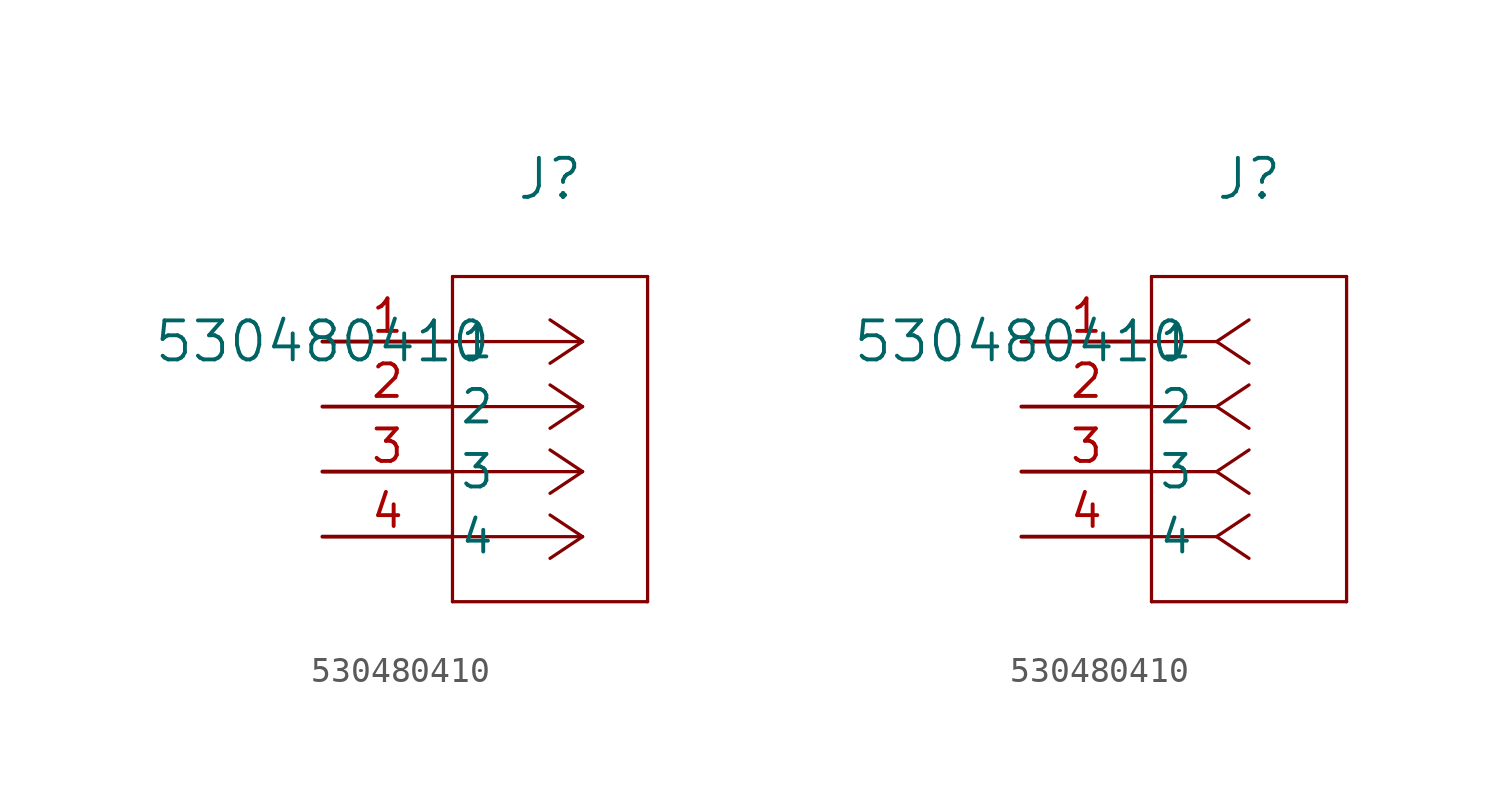
<source format=kicad_sym>
(kicad_symbol_lib
  (version 20241209)
  (generator "kicad_symbol_editor")
  (generator_version "9.0")
  (symbol "530480410"
    (pin_names
      (offset 0.254))
    (property "Reference" "J"
      (at 8.89 6.35 0)
      (effects (font (size 1.524 1.524))))
    (property "Value" "530480410"
      (at 0 0 0)
      (effects (font (size 1.524 1.524))))
    (property "ki_locked" ""
      (at 0 0 0)
      (effects (font (size 1.27 1.27))))
    (symbol "530480410_1_1"
      (polyline (pts (xy 5.08 2.54) (xy 5.08 -10.16)) (stroke (width 0.127) (type default)) (fill (type none)))
      (polyline (pts (xy 5.08 -10.16) (xy 12.7 -10.16)) (stroke (width 0.127) (type default)) (fill (type none)))
      (polyline (pts (xy 10.16 0) (xy 5.08 0)) (stroke (width 0.127) (type default)) (fill (type none)))
      (polyline (pts (xy 10.16 0) (xy 8.89 0.847)) (stroke (width 0.127) (type default)) (fill (type none)))
      (polyline (pts (xy 10.16 0) (xy 8.89 -0.847)) (stroke (width 0.127) (type default)) (fill (type none)))
      (polyline (pts (xy 10.16 -2.54) (xy 5.08 -2.54)) (stroke (width 0.127) (type default)) (fill (type none)))
      (polyline (pts (xy 10.16 -2.54) (xy 8.89 -1.693)) (stroke (width 0.127) (type default)) (fill (type none)))
      (polyline (pts (xy 10.16 -2.54) (xy 8.89 -3.387)) (stroke (width 0.127) (type default)) (fill (type none)))
      (polyline (pts (xy 10.16 -5.08) (xy 5.08 -5.08)) (stroke (width 0.127) (type default)) (fill (type none)))
      (polyline (pts (xy 10.16 -5.08) (xy 8.89 -4.233)) (stroke (width 0.127) (type default)) (fill (type none)))
      (polyline (pts (xy 10.16 -5.08) (xy 8.89 -5.927)) (stroke (width 0.127) (type default)) (fill (type none)))
      (polyline (pts (xy 10.16 -7.62) (xy 5.08 -7.62)) (stroke (width 0.127) (type default)) (fill (type none)))
      (polyline (pts (xy 10.16 -7.62) (xy 8.89 -6.773)) (stroke (width 0.127) (type default)) (fill (type none)))
      (polyline (pts (xy 10.16 -7.62) (xy 8.89 -8.467)) (stroke (width 0.127) (type default)) (fill (type none)))
      (polyline (pts (xy 12.7 2.54) (xy 5.08 2.54)) (stroke (width 0.127) (type default)) (fill (type none)))
      (polyline (pts (xy 12.7 -10.16) (xy 12.7 2.54)) (stroke (width 0.127) (type default)) (fill (type none)))
      (pin power_in line (at 0 0 0) (length 5.08) (name "1" (effects (font (size 1.27 1.27)))) (number "1" (effects (font (size 1.27 1.27)))))
      (pin bidirectional line (at 0 -2.54 0) (length 5.08) (name "2" (effects (font (size 1.27 1.27)))) (number "2" (effects (font (size 1.27 1.27)))))
      (pin bidirectional line (at 0 -5.08 0) (length 5.08) (name "3" (effects (font (size 1.27 1.27)))) (number "3" (effects (font (size 1.27 1.27)))))
      (pin bidirectional line (at 0 -7.62 0) (length 5.08) (name "4" (effects (font (size 1.27 1.27)))) (number "4" (effects (font (size 1.27 1.27))))))
    (symbol "530480410_1_2"
      (polyline (pts (xy 5.08 2.54) (xy 5.08 -10.16)) (stroke (width 0.127) (type default)) (fill (type none)))
      (polyline (pts (xy 5.08 -10.16) (xy 12.7 -10.16)) (stroke (width 0.127) (type default)) (fill (type none)))
      (polyline (pts (xy 7.62 0) (xy 5.08 0)) (stroke (width 0.127) (type default)) (fill (type none)))
      (polyline (pts (xy 7.62 0) (xy 8.89 0.847)) (stroke (width 0.127) (type default)) (fill (type none)))
      (polyline (pts (xy 7.62 0) (xy 8.89 -0.847)) (stroke (width 0.127) (type default)) (fill (type none)))
      (polyline (pts (xy 7.62 -2.54) (xy 5.08 -2.54)) (stroke (width 0.127) (type default)) (fill (type none)))
      (polyline (pts (xy 7.62 -2.54) (xy 8.89 -1.693)) (stroke (width 0.127) (type default)) (fill (type none)))
      (polyline (pts (xy 7.62 -2.54) (xy 8.89 -3.387)) (stroke (width 0.127) (type default)) (fill (type none)))
      (polyline (pts (xy 7.62 -5.08) (xy 5.08 -5.08)) (stroke (width 0.127) (type default)) (fill (type none)))
      (polyline (pts (xy 7.62 -5.08) (xy 8.89 -4.233)) (stroke (width 0.127) (type default)) (fill (type none)))
      (polyline (pts (xy 7.62 -5.08) (xy 8.89 -5.927)) (stroke (width 0.127) (type default)) (fill (type none)))
      (polyline (pts (xy 7.62 -7.62) (xy 5.08 -7.62)) (stroke (width 0.127) (type default)) (fill (type none)))
      (polyline (pts (xy 7.62 -7.62) (xy 8.89 -6.773)) (stroke (width 0.127) (type default)) (fill (type none)))
      (polyline (pts (xy 7.62 -7.62) (xy 8.89 -8.467)) (stroke (width 0.127) (type default)) (fill (type none)))
      (polyline (pts (xy 12.7 2.54) (xy 5.08 2.54)) (stroke (width 0.127) (type default)) (fill (type none)))
      (polyline (pts (xy 12.7 -10.16) (xy 12.7 2.54)) (stroke (width 0.127) (type default)) (fill (type none)))
      (pin unspecified line (at 0 0 0) (length 5.08) (name "1" (effects (font (size 1.27 1.27)))) (number "1" (effects (font (size 1.27 1.27)))))
      (pin unspecified line (at 0 -2.54 0) (length 5.08) (name "2" (effects (font (size 1.27 1.27)))) (number "2" (effects (font (size 1.27 1.27)))))
      (pin unspecified line (at 0 -5.08 0) (length 5.08) (name "3" (effects (font (size 1.27 1.27)))) (number "3" (effects (font (size 1.27 1.27)))))
      (pin unspecified line (at 0 -7.62 0) (length 5.08) (name "4" (effects (font (size 1.27 1.27)))) (number "4" (effects (font (size 1.27 1.27))))))))
</source>
